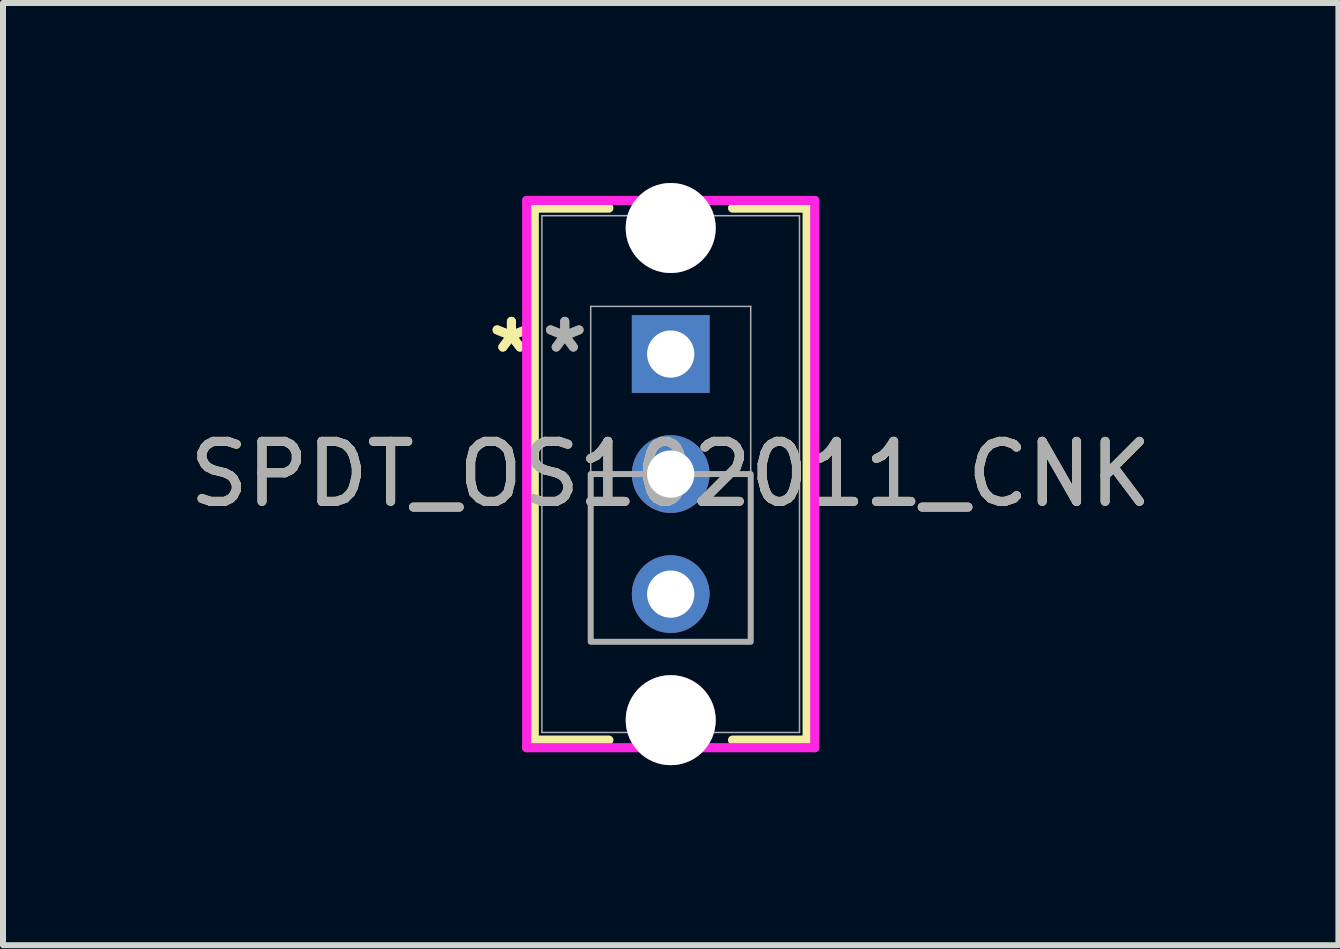
<source format=kicad_pcb>
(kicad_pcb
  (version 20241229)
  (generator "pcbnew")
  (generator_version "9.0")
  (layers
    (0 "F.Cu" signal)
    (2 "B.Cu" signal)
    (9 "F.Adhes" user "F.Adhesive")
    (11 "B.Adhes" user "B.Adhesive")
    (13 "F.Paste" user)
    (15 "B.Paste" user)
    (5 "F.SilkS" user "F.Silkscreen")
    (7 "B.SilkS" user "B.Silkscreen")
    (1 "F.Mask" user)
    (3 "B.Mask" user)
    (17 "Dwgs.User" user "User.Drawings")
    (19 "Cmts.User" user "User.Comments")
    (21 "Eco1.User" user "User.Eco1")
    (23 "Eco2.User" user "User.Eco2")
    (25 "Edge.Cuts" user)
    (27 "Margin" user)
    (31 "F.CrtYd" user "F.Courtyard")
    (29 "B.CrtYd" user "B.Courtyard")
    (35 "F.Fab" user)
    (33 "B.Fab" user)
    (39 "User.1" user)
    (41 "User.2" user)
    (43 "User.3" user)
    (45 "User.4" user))
  (footprint "SPDT_OS102011_CNK"
    (layer "F.Cu")
    (at 8.125 2.849)
    (property "Reference" "SPDT_OS102011_CNK" (at 0 2 0) (unlocked yes) (layer "F.SilkS") (effects (font (size 1 1) (thickness 0.15))))
    (attr through_hole)
    (fp_line (start -2.273 -2.432) (end -2.273 6.432) (stroke (width 0.152) (type solid)) (layer "F.SilkS"))
    (fp_line (start -2.273 6.432) (end -1.03 6.432) (stroke (width 0.152) (type solid)) (layer "F.SilkS"))
    (fp_line (start -1.03 -2.432) (end -2.273 -2.432) (stroke (width 0.152) (type solid)) (layer "F.SilkS"))
    (fp_line (start 1.03 6.432) (end 2.273 6.432) (stroke (width 0.152) (type solid)) (layer "F.SilkS"))
    (fp_line (start 2.273 -2.432) (end 1.03 -2.432) (stroke (width 0.152) (type solid)) (layer "F.SilkS"))
    (fp_line (start 2.273 6.432) (end 2.273 -2.432) (stroke (width 0.152) (type solid)) (layer "F.SilkS"))
    (fp_line (start -2.4 -2.559) (end -2.4 6.559) (stroke (width 0.152) (type solid)) (layer "F.CrtYd"))
    (fp_line (start -2.4 6.559) (end 2.4 6.559) (stroke (width 0.152) (type solid)) (layer "F.CrtYd"))
    (fp_line (start 2.4 -2.559) (end -2.4 -2.559) (stroke (width 0.152) (type solid)) (layer "F.CrtYd"))
    (fp_line (start 2.4 6.559) (end 2.4 -2.559) (stroke (width 0.152) (type solid)) (layer "F.CrtYd"))
    (fp_line (start -2.146 -2.305) (end -2.146 6.305) (stroke (width 0.025) (type solid)) (layer "F.Fab"))
    (fp_line (start -2.146 6.305) (end 2.146 6.305) (stroke (width 0.025) (type solid)) (layer "F.Fab"))
    (fp_line (start -1.333 -0.794) (end 1.333 -0.794) (stroke (width 0.025) (type solid)) (layer "F.Fab"))
    (fp_line (start -1.333 4.794) (end -1.333 -0.794) (stroke (width 0.025) (type solid)) (layer "F.Fab"))
    (fp_line (start 1.333 -0.794) (end 1.333 4.794) (stroke (width 0.025) (type solid)) (layer "F.Fab"))
    (fp_line (start 1.333 4.794) (end -1.333 4.794) (stroke (width 0.025) (type solid)) (layer "F.Fab"))
    (fp_line (start 2.146 -2.305) (end -2.146 -2.305) (stroke (width 0.025) (type solid)) (layer "F.Fab"))
    (fp_line (start 2.146 6.305) (end 2.146 -2.305) (stroke (width 0.025) (type solid)) (layer "F.Fab"))
    (fp_poly (pts (xy -1.333 4.794) (xy -1.333 2) (xy 1.333 2) (xy 1.333 4.794)) (stroke (width 0.1) (type solid)) (fill no) (layer "F.Fab"))
    (fp_text user "*" (at -2.654 0 0) (unlocked yes) (layer "F.SilkS") (effects (font (size 1 1) (thickness 0.15))))
    (fp_text user "*" (at -2.654 0 0) (layer "F.SilkS") (effects (font (size 1 1) (thickness 0.15))))
    (fp_text user "*" (at -1.765 0 0) (unlocked yes) (layer "F.Fab") (effects (font (size 1 1) (thickness 0.15))))
    (fp_text user "*" (at -1.765 0 0) (layer "F.Fab") (effects (font (size 1 1) (thickness 0.15))))
    (fp_text user "${REFERENCE}" (at 0 2 0) (unlocked yes) (layer "F.Fab") (effects (font (size 1 1) (thickness 0.15))))
    (pad "1" thru_hole rect (at 0 -0.000001) (size 1.295 1.295) (drill 0.787) (layers "*.Cu" "*.Mask"))
    (pad "2" thru_hole circle (at 0 2) (size 1.295 1.295) (drill 0.787) (layers "*.Cu" "*.Mask"))
    (pad "3" thru_hole circle (at 0 4) (size 1.295 1.295) (drill 0.787) (layers "*.Cu" "*.Mask"))
    (pad "4" thru_hole circle (at 0 -2.1 90) (size 1.499 1.499) (drill 1.499) (layers "*.Cu" "*.Mask"))
    (pad "5" thru_hole circle (at 0 6.1 90) (size 1.499 1.499) (drill 1.499) (layers "*.Cu" "*.Mask")))
  (gr_rect
    (start -3 -3)
    (end 19.25 12.699)
    (stroke (width 0.1) (type default))
    (fill no)
    (layer "Edge.Cuts")))
</source>
